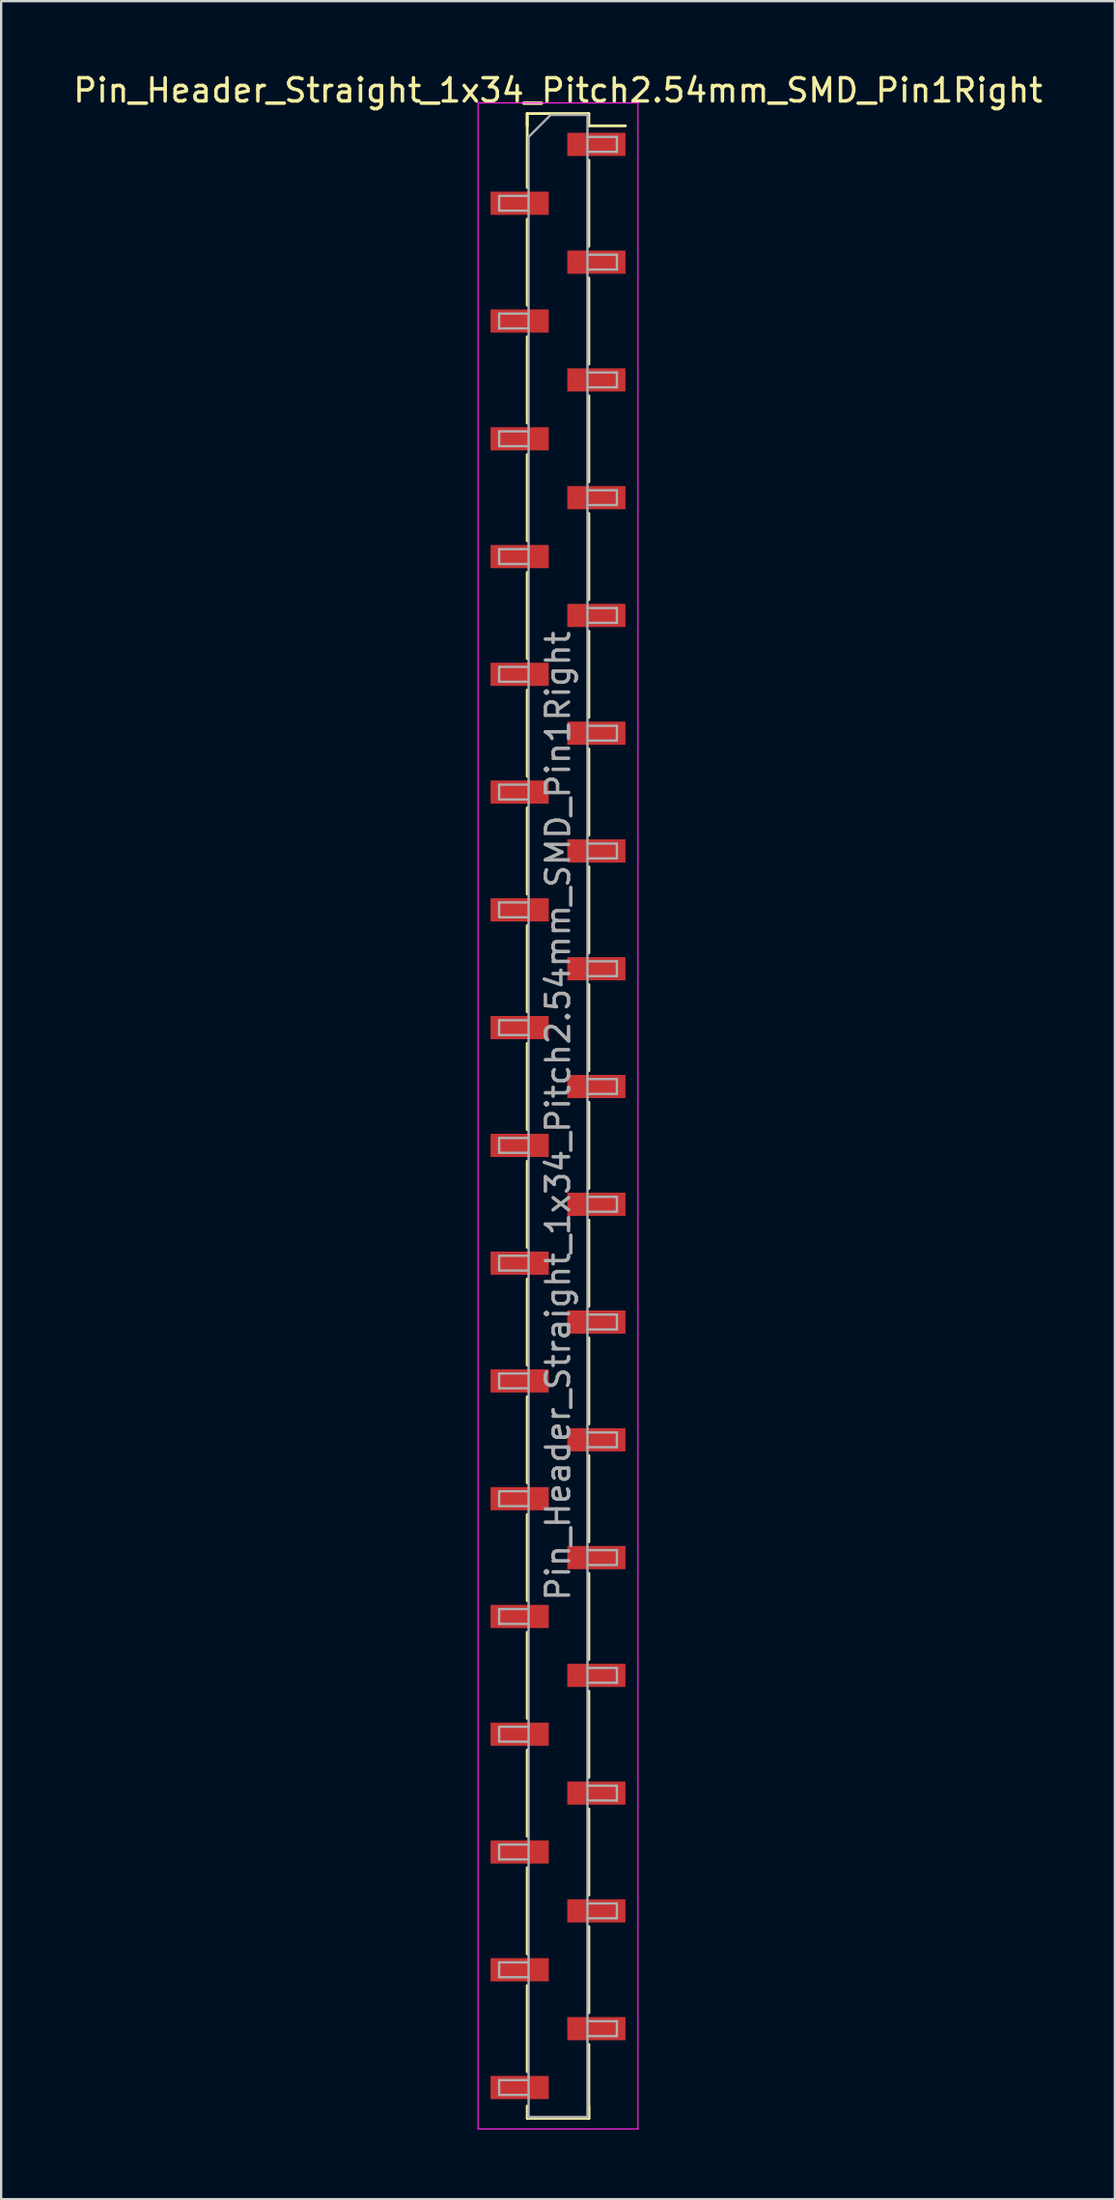
<source format=kicad_pcb>
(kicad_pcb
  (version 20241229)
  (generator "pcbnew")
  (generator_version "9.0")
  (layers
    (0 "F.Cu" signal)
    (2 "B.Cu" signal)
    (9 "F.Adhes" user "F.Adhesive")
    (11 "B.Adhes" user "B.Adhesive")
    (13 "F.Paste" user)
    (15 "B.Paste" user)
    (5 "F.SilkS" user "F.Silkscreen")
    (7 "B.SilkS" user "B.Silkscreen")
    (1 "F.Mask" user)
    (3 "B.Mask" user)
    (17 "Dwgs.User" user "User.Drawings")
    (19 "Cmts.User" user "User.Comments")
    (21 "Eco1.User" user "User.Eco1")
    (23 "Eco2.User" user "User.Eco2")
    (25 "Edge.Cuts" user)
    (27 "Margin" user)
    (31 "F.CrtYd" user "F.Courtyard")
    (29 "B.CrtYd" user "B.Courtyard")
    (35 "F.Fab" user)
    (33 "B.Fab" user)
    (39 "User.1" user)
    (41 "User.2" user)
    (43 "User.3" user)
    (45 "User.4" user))
  (footprint "Pin_Header_Straight_1x34_Pitch2.54mm_SMD_Pin1Right"
    (layer "F.Cu")
    (at 21.03 45.088)
    (property "Reference" "Pin_Header_Straight_1x34_Pitch2.54mm_SMD_Pin1Right" (at 0 -44.24 0) (layer "F.SilkS") (effects (font (size 1 1) (thickness 0.15))))
    (attr smd)
    (fp_line (start -1.33 -43.24) (end -1.33 -40.05) (stroke (width 0.12) (type solid)) (layer "F.SilkS"))
    (fp_line (start -1.33 -43.24) (end 1.33 -43.24) (stroke (width 0.12) (type solid)) (layer "F.SilkS"))
    (fp_line (start -1.33 -42.71) (end -1.33 -43.24) (stroke (width 0.12) (type solid)) (layer "F.SilkS"))
    (fp_line (start -1.33 -38.69) (end -1.33 -34.97) (stroke (width 0.12) (type solid)) (layer "F.SilkS"))
    (fp_line (start -1.33 -33.61) (end -1.33 -29.89) (stroke (width 0.12) (type solid)) (layer "F.SilkS"))
    (fp_line (start -1.33 -28.53) (end -1.33 -24.81) (stroke (width 0.12) (type solid)) (layer "F.SilkS"))
    (fp_line (start -1.33 -23.45) (end -1.33 -19.73) (stroke (width 0.12) (type solid)) (layer "F.SilkS"))
    (fp_line (start -1.33 -18.37) (end -1.33 -14.65) (stroke (width 0.12) (type solid)) (layer "F.SilkS"))
    (fp_line (start -1.33 -13.29) (end -1.33 -9.57) (stroke (width 0.12) (type solid)) (layer "F.SilkS"))
    (fp_line (start -1.33 -8.21) (end -1.33 -4.49) (stroke (width 0.12) (type solid)) (layer "F.SilkS"))
    (fp_line (start -1.33 -3.13) (end -1.33 0.59) (stroke (width 0.12) (type solid)) (layer "F.SilkS"))
    (fp_line (start -1.33 1.95) (end -1.33 5.67) (stroke (width 0.12) (type solid)) (layer "F.SilkS"))
    (fp_line (start -1.33 7.03) (end -1.33 10.75) (stroke (width 0.12) (type solid)) (layer "F.SilkS"))
    (fp_line (start -1.33 12.11) (end -1.33 15.83) (stroke (width 0.12) (type solid)) (layer "F.SilkS"))
    (fp_line (start -1.33 17.19) (end -1.33 20.91) (stroke (width 0.12) (type solid)) (layer "F.SilkS"))
    (fp_line (start -1.33 22.27) (end -1.33 25.99) (stroke (width 0.12) (type solid)) (layer "F.SilkS"))
    (fp_line (start -1.33 27.35) (end -1.33 31.07) (stroke (width 0.12) (type solid)) (layer "F.SilkS"))
    (fp_line (start -1.33 32.43) (end -1.33 36.15) (stroke (width 0.12) (type solid)) (layer "F.SilkS"))
    (fp_line (start -1.33 37.51) (end -1.33 41.23) (stroke (width 0.12) (type solid)) (layer "F.SilkS"))
    (fp_line (start -1.33 42.71) (end -1.33 43.24) (stroke (width 0.12) (type solid)) (layer "F.SilkS"))
    (fp_line (start -1.33 43.24) (end 1.33 43.24) (stroke (width 0.12) (type solid)) (layer "F.SilkS"))
    (fp_line (start 1.33 -43.24) (end 1.33 -42.71) (stroke (width 0.12) (type solid)) (layer "F.SilkS"))
    (fp_line (start 1.33 -42.71) (end 2.91 -42.71) (stroke (width 0.12) (type solid)) (layer "F.SilkS"))
    (fp_line (start 1.33 -41.23) (end 1.33 -37.51) (stroke (width 0.12) (type solid)) (layer "F.SilkS"))
    (fp_line (start 1.33 -36.15) (end 1.33 -32.43) (stroke (width 0.12) (type solid)) (layer "F.SilkS"))
    (fp_line (start 1.33 -31.07) (end 1.33 -27.35) (stroke (width 0.12) (type solid)) (layer "F.SilkS"))
    (fp_line (start 1.33 -25.99) (end 1.33 -22.27) (stroke (width 0.12) (type solid)) (layer "F.SilkS"))
    (fp_line (start 1.33 -20.91) (end 1.33 -17.19) (stroke (width 0.12) (type solid)) (layer "F.SilkS"))
    (fp_line (start 1.33 -15.83) (end 1.33 -12.11) (stroke (width 0.12) (type solid)) (layer "F.SilkS"))
    (fp_line (start 1.33 -10.75) (end 1.33 -7.03) (stroke (width 0.12) (type solid)) (layer "F.SilkS"))
    (fp_line (start 1.33 -5.67) (end 1.33 -1.95) (stroke (width 0.12) (type solid)) (layer "F.SilkS"))
    (fp_line (start 1.33 -0.59) (end 1.33 3.13) (stroke (width 0.12) (type solid)) (layer "F.SilkS"))
    (fp_line (start 1.33 4.49) (end 1.33 8.21) (stroke (width 0.12) (type solid)) (layer "F.SilkS"))
    (fp_line (start 1.33 9.57) (end 1.33 13.29) (stroke (width 0.12) (type solid)) (layer "F.SilkS"))
    (fp_line (start 1.33 14.65) (end 1.33 18.37) (stroke (width 0.12) (type solid)) (layer "F.SilkS"))
    (fp_line (start 1.33 19.73) (end 1.33 23.45) (stroke (width 0.12) (type solid)) (layer "F.SilkS"))
    (fp_line (start 1.33 24.81) (end 1.33 28.53) (stroke (width 0.12) (type solid)) (layer "F.SilkS"))
    (fp_line (start 1.33 29.89) (end 1.33 33.61) (stroke (width 0.12) (type solid)) (layer "F.SilkS"))
    (fp_line (start 1.33 34.97) (end 1.33 38.69) (stroke (width 0.12) (type solid)) (layer "F.SilkS"))
    (fp_line (start 1.33 40.05) (end 1.33 43.24) (stroke (width 0.12) (type solid)) (layer "F.SilkS"))
    (fp_line (start 1.33 43.24) (end 1.33 42.71) (stroke (width 0.12) (type solid)) (layer "F.SilkS"))
    (fp_line (start -3.45 -43.7) (end -3.45 43.7) (stroke (width 0.05) (type solid)) (layer "F.CrtYd"))
    (fp_line (start -3.45 43.7) (end 3.45 43.7) (stroke (width 0.05) (type solid)) (layer "F.CrtYd"))
    (fp_line (start 3.45 -43.7) (end -3.45 -43.7) (stroke (width 0.05) (type solid)) (layer "F.CrtYd"))
    (fp_line (start 3.45 43.7) (end 3.45 -43.7) (stroke (width 0.05) (type solid)) (layer "F.CrtYd"))
    (fp_line (start -2.54 -39.69) (end -2.54 -39.05) (stroke (width 0.1) (type solid)) (layer "F.Fab"))
    (fp_line (start -2.54 -39.05) (end -1.27 -39.05) (stroke (width 0.1) (type solid)) (layer "F.Fab"))
    (fp_line (start -2.54 -34.61) (end -2.54 -33.97) (stroke (width 0.1) (type solid)) (layer "F.Fab"))
    (fp_line (start -2.54 -33.97) (end -1.27 -33.97) (stroke (width 0.1) (type solid)) (layer "F.Fab"))
    (fp_line (start -2.54 -29.53) (end -2.54 -28.89) (stroke (width 0.1) (type solid)) (layer "F.Fab"))
    (fp_line (start -2.54 -28.89) (end -1.27 -28.89) (stroke (width 0.1) (type solid)) (layer "F.Fab"))
    (fp_line (start -2.54 -24.45) (end -2.54 -23.81) (stroke (width 0.1) (type solid)) (layer "F.Fab"))
    (fp_line (start -2.54 -23.81) (end -1.27 -23.81) (stroke (width 0.1) (type solid)) (layer "F.Fab"))
    (fp_line (start -2.54 -19.37) (end -2.54 -18.73) (stroke (width 0.1) (type solid)) (layer "F.Fab"))
    (fp_line (start -2.54 -18.73) (end -1.27 -18.73) (stroke (width 0.1) (type solid)) (layer "F.Fab"))
    (fp_line (start -2.54 -14.29) (end -2.54 -13.65) (stroke (width 0.1) (type solid)) (layer "F.Fab"))
    (fp_line (start -2.54 -13.65) (end -1.27 -13.65) (stroke (width 0.1) (type solid)) (layer "F.Fab"))
    (fp_line (start -2.54 -9.21) (end -2.54 -8.57) (stroke (width 0.1) (type solid)) (layer "F.Fab"))
    (fp_line (start -2.54 -8.57) (end -1.27 -8.57) (stroke (width 0.1) (type solid)) (layer "F.Fab"))
    (fp_line (start -2.54 -4.13) (end -2.54 -3.49) (stroke (width 0.1) (type solid)) (layer "F.Fab"))
    (fp_line (start -2.54 -3.49) (end -1.27 -3.49) (stroke (width 0.1) (type solid)) (layer "F.Fab"))
    (fp_line (start -2.54 0.95) (end -2.54 1.59) (stroke (width 0.1) (type solid)) (layer "F.Fab"))
    (fp_line (start -2.54 1.59) (end -1.27 1.59) (stroke (width 0.1) (type solid)) (layer "F.Fab"))
    (fp_line (start -2.54 6.03) (end -2.54 6.67) (stroke (width 0.1) (type solid)) (layer "F.Fab"))
    (fp_line (start -2.54 6.67) (end -1.27 6.67) (stroke (width 0.1) (type solid)) (layer "F.Fab"))
    (fp_line (start -2.54 11.11) (end -2.54 11.75) (stroke (width 0.1) (type solid)) (layer "F.Fab"))
    (fp_line (start -2.54 11.75) (end -1.27 11.75) (stroke (width 0.1) (type solid)) (layer "F.Fab"))
    (fp_line (start -2.54 16.19) (end -2.54 16.83) (stroke (width 0.1) (type solid)) (layer "F.Fab"))
    (fp_line (start -2.54 16.83) (end -1.27 16.83) (stroke (width 0.1) (type solid)) (layer "F.Fab"))
    (fp_line (start -2.54 21.27) (end -2.54 21.91) (stroke (width 0.1) (type solid)) (layer "F.Fab"))
    (fp_line (start -2.54 21.91) (end -1.27 21.91) (stroke (width 0.1) (type solid)) (layer "F.Fab"))
    (fp_line (start -2.54 26.35) (end -2.54 26.99) (stroke (width 0.1) (type solid)) (layer "F.Fab"))
    (fp_line (start -2.54 26.99) (end -1.27 26.99) (stroke (width 0.1) (type solid)) (layer "F.Fab"))
    (fp_line (start -2.54 31.43) (end -2.54 32.07) (stroke (width 0.1) (type solid)) (layer "F.Fab"))
    (fp_line (start -2.54 32.07) (end -1.27 32.07) (stroke (width 0.1) (type solid)) (layer "F.Fab"))
    (fp_line (start -2.54 36.51) (end -2.54 37.15) (stroke (width 0.1) (type solid)) (layer "F.Fab"))
    (fp_line (start -2.54 37.15) (end -1.27 37.15) (stroke (width 0.1) (type solid)) (layer "F.Fab"))
    (fp_line (start -2.54 41.59) (end -2.54 42.23) (stroke (width 0.1) (type solid)) (layer "F.Fab"))
    (fp_line (start -2.54 42.23) (end -1.27 42.23) (stroke (width 0.1) (type solid)) (layer "F.Fab"))
    (fp_line (start -1.27 -42.23) (end -0.32 -43.18) (stroke (width 0.1) (type solid)) (layer "F.Fab"))
    (fp_line (start -1.27 -39.69) (end -2.54 -39.69) (stroke (width 0.1) (type solid)) (layer "F.Fab"))
    (fp_line (start -1.27 -34.61) (end -2.54 -34.61) (stroke (width 0.1) (type solid)) (layer "F.Fab"))
    (fp_line (start -1.27 -29.53) (end -2.54 -29.53) (stroke (width 0.1) (type solid)) (layer "F.Fab"))
    (fp_line (start -1.27 -24.45) (end -2.54 -24.45) (stroke (width 0.1) (type solid)) (layer "F.Fab"))
    (fp_line (start -1.27 -19.37) (end -2.54 -19.37) (stroke (width 0.1) (type solid)) (layer "F.Fab"))
    (fp_line (start -1.27 -14.29) (end -2.54 -14.29) (stroke (width 0.1) (type solid)) (layer "F.Fab"))
    (fp_line (start -1.27 -9.21) (end -2.54 -9.21) (stroke (width 0.1) (type solid)) (layer "F.Fab"))
    (fp_line (start -1.27 -4.13) (end -2.54 -4.13) (stroke (width 0.1) (type solid)) (layer "F.Fab"))
    (fp_line (start -1.27 0.95) (end -2.54 0.95) (stroke (width 0.1) (type solid)) (layer "F.Fab"))
    (fp_line (start -1.27 6.03) (end -2.54 6.03) (stroke (width 0.1) (type solid)) (layer "F.Fab"))
    (fp_line (start -1.27 11.11) (end -2.54 11.11) (stroke (width 0.1) (type solid)) (layer "F.Fab"))
    (fp_line (start -1.27 16.19) (end -2.54 16.19) (stroke (width 0.1) (type solid)) (layer "F.Fab"))
    (fp_line (start -1.27 21.27) (end -2.54 21.27) (stroke (width 0.1) (type solid)) (layer "F.Fab"))
    (fp_line (start -1.27 26.35) (end -2.54 26.35) (stroke (width 0.1) (type solid)) (layer "F.Fab"))
    (fp_line (start -1.27 31.43) (end -2.54 31.43) (stroke (width 0.1) (type solid)) (layer "F.Fab"))
    (fp_line (start -1.27 36.51) (end -2.54 36.51) (stroke (width 0.1) (type solid)) (layer "F.Fab"))
    (fp_line (start -1.27 41.59) (end -2.54 41.59) (stroke (width 0.1) (type solid)) (layer "F.Fab"))
    (fp_line (start -1.27 43.18) (end -1.27 -42.23) (stroke (width 0.1) (type solid)) (layer "F.Fab"))
    (fp_line (start -0.32 -43.18) (end 1.27 -43.18) (stroke (width 0.1) (type solid)) (layer "F.Fab"))
    (fp_line (start 1.27 -43.18) (end 1.27 43.18) (stroke (width 0.1) (type solid)) (layer "F.Fab"))
    (fp_line (start 1.27 -42.23) (end 2.54 -42.23) (stroke (width 0.1) (type solid)) (layer "F.Fab"))
    (fp_line (start 1.27 -37.15) (end 2.54 -37.15) (stroke (width 0.1) (type solid)) (layer "F.Fab"))
    (fp_line (start 1.27 -32.07) (end 2.54 -32.07) (stroke (width 0.1) (type solid)) (layer "F.Fab"))
    (fp_line (start 1.27 -26.99) (end 2.54 -26.99) (stroke (width 0.1) (type solid)) (layer "F.Fab"))
    (fp_line (start 1.27 -21.91) (end 2.54 -21.91) (stroke (width 0.1) (type solid)) (layer "F.Fab"))
    (fp_line (start 1.27 -16.83) (end 2.54 -16.83) (stroke (width 0.1) (type solid)) (layer "F.Fab"))
    (fp_line (start 1.27 -11.75) (end 2.54 -11.75) (stroke (width 0.1) (type solid)) (layer "F.Fab"))
    (fp_line (start 1.27 -6.67) (end 2.54 -6.67) (stroke (width 0.1) (type solid)) (layer "F.Fab"))
    (fp_line (start 1.27 -1.59) (end 2.54 -1.59) (stroke (width 0.1) (type solid)) (layer "F.Fab"))
    (fp_line (start 1.27 3.49) (end 2.54 3.49) (stroke (width 0.1) (type solid)) (layer "F.Fab"))
    (fp_line (start 1.27 8.57) (end 2.54 8.57) (stroke (width 0.1) (type solid)) (layer "F.Fab"))
    (fp_line (start 1.27 13.65) (end 2.54 13.65) (stroke (width 0.1) (type solid)) (layer "F.Fab"))
    (fp_line (start 1.27 18.73) (end 2.54 18.73) (stroke (width 0.1) (type solid)) (layer "F.Fab"))
    (fp_line (start 1.27 23.81) (end 2.54 23.81) (stroke (width 0.1) (type solid)) (layer "F.Fab"))
    (fp_line (start 1.27 28.89) (end 2.54 28.89) (stroke (width 0.1) (type solid)) (layer "F.Fab"))
    (fp_line (start 1.27 33.97) (end 2.54 33.97) (stroke (width 0.1) (type solid)) (layer "F.Fab"))
    (fp_line (start 1.27 39.05) (end 2.54 39.05) (stroke (width 0.1) (type solid)) (layer "F.Fab"))
    (fp_line (start 1.27 43.18) (end -1.27 43.18) (stroke (width 0.1) (type solid)) (layer "F.Fab"))
    (fp_line (start 2.54 -42.23) (end 2.54 -41.59) (stroke (width 0.1) (type solid)) (layer "F.Fab"))
    (fp_line (start 2.54 -41.59) (end 1.27 -41.59) (stroke (width 0.1) (type solid)) (layer "F.Fab"))
    (fp_line (start 2.54 -37.15) (end 2.54 -36.51) (stroke (width 0.1) (type solid)) (layer "F.Fab"))
    (fp_line (start 2.54 -36.51) (end 1.27 -36.51) (stroke (width 0.1) (type solid)) (layer "F.Fab"))
    (fp_line (start 2.54 -32.07) (end 2.54 -31.43) (stroke (width 0.1) (type solid)) (layer "F.Fab"))
    (fp_line (start 2.54 -31.43) (end 1.27 -31.43) (stroke (width 0.1) (type solid)) (layer "F.Fab"))
    (fp_line (start 2.54 -26.99) (end 2.54 -26.35) (stroke (width 0.1) (type solid)) (layer "F.Fab"))
    (fp_line (start 2.54 -26.35) (end 1.27 -26.35) (stroke (width 0.1) (type solid)) (layer "F.Fab"))
    (fp_line (start 2.54 -21.91) (end 2.54 -21.27) (stroke (width 0.1) (type solid)) (layer "F.Fab"))
    (fp_line (start 2.54 -21.27) (end 1.27 -21.27) (stroke (width 0.1) (type solid)) (layer "F.Fab"))
    (fp_line (start 2.54 -16.83) (end 2.54 -16.19) (stroke (width 0.1) (type solid)) (layer "F.Fab"))
    (fp_line (start 2.54 -16.19) (end 1.27 -16.19) (stroke (width 0.1) (type solid)) (layer "F.Fab"))
    (fp_line (start 2.54 -11.75) (end 2.54 -11.11) (stroke (width 0.1) (type solid)) (layer "F.Fab"))
    (fp_line (start 2.54 -11.11) (end 1.27 -11.11) (stroke (width 0.1) (type solid)) (layer "F.Fab"))
    (fp_line (start 2.54 -6.67) (end 2.54 -6.03) (stroke (width 0.1) (type solid)) (layer "F.Fab"))
    (fp_line (start 2.54 -6.03) (end 1.27 -6.03) (stroke (width 0.1) (type solid)) (layer "F.Fab"))
    (fp_line (start 2.54 -1.59) (end 2.54 -0.95) (stroke (width 0.1) (type solid)) (layer "F.Fab"))
    (fp_line (start 2.54 -0.95) (end 1.27 -0.95) (stroke (width 0.1) (type solid)) (layer "F.Fab"))
    (fp_line (start 2.54 3.49) (end 2.54 4.13) (stroke (width 0.1) (type solid)) (layer "F.Fab"))
    (fp_line (start 2.54 4.13) (end 1.27 4.13) (stroke (width 0.1) (type solid)) (layer "F.Fab"))
    (fp_line (start 2.54 8.57) (end 2.54 9.21) (stroke (width 0.1) (type solid)) (layer "F.Fab"))
    (fp_line (start 2.54 9.21) (end 1.27 9.21) (stroke (width 0.1) (type solid)) (layer "F.Fab"))
    (fp_line (start 2.54 13.65) (end 2.54 14.29) (stroke (width 0.1) (type solid)) (layer "F.Fab"))
    (fp_line (start 2.54 14.29) (end 1.27 14.29) (stroke (width 0.1) (type solid)) (layer "F.Fab"))
    (fp_line (start 2.54 18.73) (end 2.54 19.37) (stroke (width 0.1) (type solid)) (layer "F.Fab"))
    (fp_line (start 2.54 19.37) (end 1.27 19.37) (stroke (width 0.1) (type solid)) (layer "F.Fab"))
    (fp_line (start 2.54 23.81) (end 2.54 24.45) (stroke (width 0.1) (type solid)) (layer "F.Fab"))
    (fp_line (start 2.54 24.45) (end 1.27 24.45) (stroke (width 0.1) (type solid)) (layer "F.Fab"))
    (fp_line (start 2.54 28.89) (end 2.54 29.53) (stroke (width 0.1) (type solid)) (layer "F.Fab"))
    (fp_line (start 2.54 29.53) (end 1.27 29.53) (stroke (width 0.1) (type solid)) (layer "F.Fab"))
    (fp_line (start 2.54 33.97) (end 2.54 34.61) (stroke (width 0.1) (type solid)) (layer "F.Fab"))
    (fp_line (start 2.54 34.61) (end 1.27 34.61) (stroke (width 0.1) (type solid)) (layer "F.Fab"))
    (fp_line (start 2.54 39.05) (end 2.54 39.69) (stroke (width 0.1) (type solid)) (layer "F.Fab"))
    (fp_line (start 2.54 39.69) (end 1.27 39.69) (stroke (width 0.1) (type solid)) (layer "F.Fab"))
    (fp_text user "${REFERENCE}" (at 0 0 90) (layer "F.Fab") (effects (font (size 1 1) (thickness 0.15))))
    (pad "1" smd rect (at 1.655 -41.91) (size 2.51 1) (layers "F.Cu" "F.Mask" "F.Paste"))
    (pad "2" smd rect (at -1.655 -39.37) (size 2.51 1) (layers "F.Cu" "F.Mask" "F.Paste"))
    (pad "3" smd rect (at 1.655 -36.83) (size 2.51 1) (layers "F.Cu" "F.Mask" "F.Paste"))
    (pad "4" smd rect (at -1.655 -34.29) (size 2.51 1) (layers "F.Cu" "F.Mask" "F.Paste"))
    (pad "5" smd rect (at 1.655 -31.75) (size 2.51 1) (layers "F.Cu" "F.Mask" "F.Paste"))
    (pad "6" smd rect (at -1.655 -29.21) (size 2.51 1) (layers "F.Cu" "F.Mask" "F.Paste"))
    (pad "7" smd rect (at 1.655 -26.67) (size 2.51 1) (layers "F.Cu" "F.Mask" "F.Paste"))
    (pad "8" smd rect (at -1.655 -24.13) (size 2.51 1) (layers "F.Cu" "F.Mask" "F.Paste"))
    (pad "9" smd rect (at 1.655 -21.59) (size 2.51 1) (layers "F.Cu" "F.Mask" "F.Paste"))
    (pad "10" smd rect (at -1.655 -19.05) (size 2.51 1) (layers "F.Cu" "F.Mask" "F.Paste"))
    (pad "11" smd rect (at 1.655 -16.51) (size 2.51 1) (layers "F.Cu" "F.Mask" "F.Paste"))
    (pad "12" smd rect (at -1.655 -13.97) (size 2.51 1) (layers "F.Cu" "F.Mask" "F.Paste"))
    (pad "13" smd rect (at 1.655 -11.43) (size 2.51 1) (layers "F.Cu" "F.Mask" "F.Paste"))
    (pad "14" smd rect (at -1.655 -8.89) (size 2.51 1) (layers "F.Cu" "F.Mask" "F.Paste"))
    (pad "15" smd rect (at 1.655 -6.35) (size 2.51 1) (layers "F.Cu" "F.Mask" "F.Paste"))
    (pad "16" smd rect (at -1.655 -3.81) (size 2.51 1) (layers "F.Cu" "F.Mask" "F.Paste"))
    (pad "17" smd rect (at 1.655 -1.27) (size 2.51 1) (layers "F.Cu" "F.Mask" "F.Paste"))
    (pad "18" smd rect (at -1.655 1.27) (size 2.51 1) (layers "F.Cu" "F.Mask" "F.Paste"))
    (pad "19" smd rect (at 1.655 3.81) (size 2.51 1) (layers "F.Cu" "F.Mask" "F.Paste"))
    (pad "20" smd rect (at -1.655 6.35) (size 2.51 1) (layers "F.Cu" "F.Mask" "F.Paste"))
    (pad "21" smd rect (at 1.655 8.89) (size 2.51 1) (layers "F.Cu" "F.Mask" "F.Paste"))
    (pad "22" smd rect (at -1.655 11.43) (size 2.51 1) (layers "F.Cu" "F.Mask" "F.Paste"))
    (pad "23" smd rect (at 1.655 13.97) (size 2.51 1) (layers "F.Cu" "F.Mask" "F.Paste"))
    (pad "24" smd rect (at -1.655 16.51) (size 2.51 1) (layers "F.Cu" "F.Mask" "F.Paste"))
    (pad "25" smd rect (at 1.655 19.05) (size 2.51 1) (layers "F.Cu" "F.Mask" "F.Paste"))
    (pad "26" smd rect (at -1.655 21.59) (size 2.51 1) (layers "F.Cu" "F.Mask" "F.Paste"))
    (pad "27" smd rect (at 1.655 24.13) (size 2.51 1) (layers "F.Cu" "F.Mask" "F.Paste"))
    (pad "28" smd rect (at -1.655 26.67) (size 2.51 1) (layers "F.Cu" "F.Mask" "F.Paste"))
    (pad "29" smd rect (at 1.655 29.21) (size 2.51 1) (layers "F.Cu" "F.Mask" "F.Paste"))
    (pad "30" smd rect (at -1.655 31.75) (size 2.51 1) (layers "F.Cu" "F.Mask" "F.Paste"))
    (pad "31" smd rect (at 1.655 34.29) (size 2.51 1) (layers "F.Cu" "F.Mask" "F.Paste"))
    (pad "32" smd rect (at -1.655 36.83) (size 2.51 1) (layers "F.Cu" "F.Mask" "F.Paste"))
    (pad "33" smd rect (at 1.655 39.37) (size 2.51 1) (layers "F.Cu" "F.Mask" "F.Paste"))
    (pad "34" smd rect (at -1.655 41.91) (size 2.51 1) (layers "F.Cu" "F.Mask" "F.Paste")))
  (gr_rect
    (start -3 -3)
    (end 45.06 91.813)
    (stroke (width 0.1) (type default))
    (fill no)
    (layer "Edge.Cuts")))
</source>
